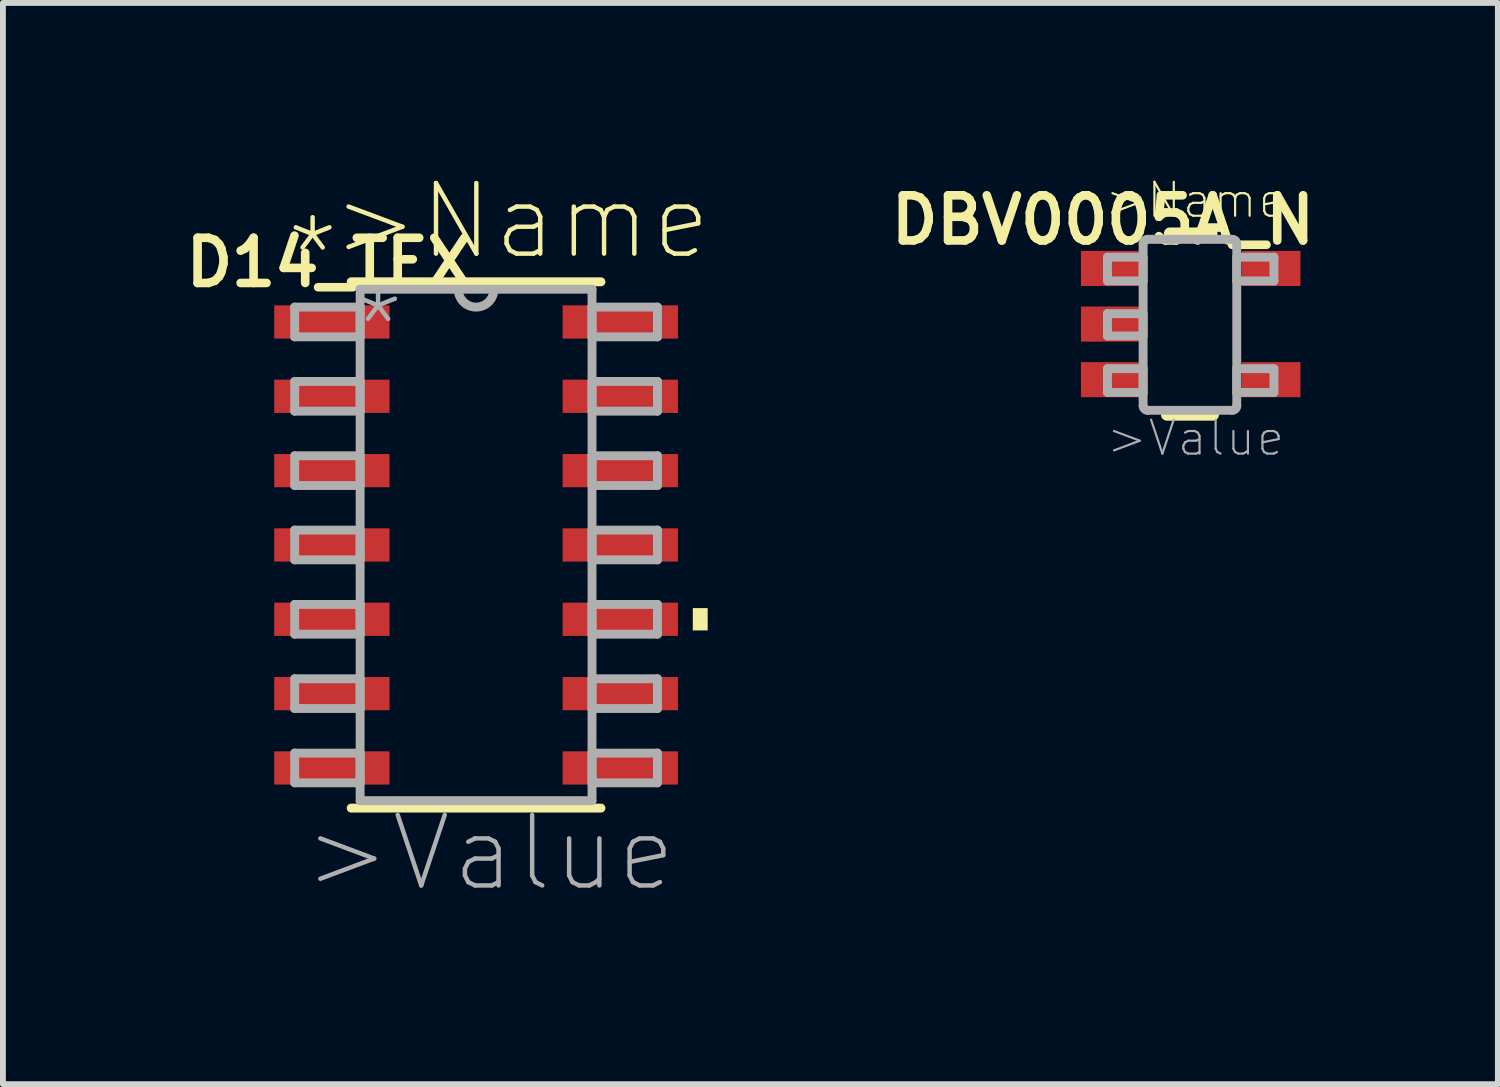
<source format=kicad_pcb>
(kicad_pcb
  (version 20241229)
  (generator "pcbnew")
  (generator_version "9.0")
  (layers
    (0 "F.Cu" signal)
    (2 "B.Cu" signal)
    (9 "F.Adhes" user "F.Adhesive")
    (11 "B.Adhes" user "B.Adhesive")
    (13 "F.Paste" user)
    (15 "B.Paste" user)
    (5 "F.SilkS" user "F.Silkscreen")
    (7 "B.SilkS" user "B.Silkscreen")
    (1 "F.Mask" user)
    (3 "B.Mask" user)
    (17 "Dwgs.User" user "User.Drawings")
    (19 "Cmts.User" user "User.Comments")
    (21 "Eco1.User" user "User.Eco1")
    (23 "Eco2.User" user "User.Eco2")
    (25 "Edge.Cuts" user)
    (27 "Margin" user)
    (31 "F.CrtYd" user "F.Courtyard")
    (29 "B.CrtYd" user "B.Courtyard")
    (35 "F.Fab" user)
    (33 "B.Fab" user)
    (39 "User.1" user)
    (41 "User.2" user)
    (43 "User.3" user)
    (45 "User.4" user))
  (footprint "D14_TEX"
    (layer "F.Cu")
    (at 5.084 6.261)
    (property "Reference" "D14_TEX" (at -2.515 -4.826 180) (layer "F.SilkS") (effects (font (size 0.772 0.772) (thickness 0.147))))
    (attr through_hole)
    (fp_line (start -2.134 4.496) (end 2.134 4.496) (stroke (width 0.152) (type solid)) (layer "F.SilkS"))
    (fp_line (start 2.134 -4.496) (end -2.134 -4.496) (stroke (width 0.152) (type solid)) (layer "F.SilkS"))
    (fp_poly (pts (xy 3.957 1.079) (xy 3.957 1.46) (xy 3.703 1.46) (xy 3.703 1.079)) (stroke (width 0) (type solid)) (fill yes) (layer "F.SilkS"))
    (fp_line (start -3.099 -4.064) (end -3.099 -3.556) (stroke (width 0.152) (type solid)) (layer "F.Fab"))
    (fp_line (start -3.099 -3.556) (end -1.981 -3.556) (stroke (width 0.152) (type solid)) (layer "F.Fab"))
    (fp_line (start -3.099 -2.794) (end -3.099 -2.286) (stroke (width 0.152) (type solid)) (layer "F.Fab"))
    (fp_line (start -3.099 -2.286) (end -1.981 -2.286) (stroke (width 0.152) (type solid)) (layer "F.Fab"))
    (fp_line (start -3.099 -1.524) (end -3.099 -1.016) (stroke (width 0.152) (type solid)) (layer "F.Fab"))
    (fp_line (start -3.099 -1.016) (end -1.981 -1.016) (stroke (width 0.152) (type solid)) (layer "F.Fab"))
    (fp_line (start -3.099 -0.254) (end -3.099 0.254) (stroke (width 0.152) (type solid)) (layer "F.Fab"))
    (fp_line (start -3.099 0.254) (end -1.981 0.254) (stroke (width 0.152) (type solid)) (layer "F.Fab"))
    (fp_line (start -3.099 1.016) (end -3.099 1.524) (stroke (width 0.152) (type solid)) (layer "F.Fab"))
    (fp_line (start -3.099 1.524) (end -1.981 1.524) (stroke (width 0.152) (type solid)) (layer "F.Fab"))
    (fp_line (start -3.099 2.286) (end -3.099 2.794) (stroke (width 0.152) (type solid)) (layer "F.Fab"))
    (fp_line (start -3.099 2.794) (end -1.981 2.794) (stroke (width 0.152) (type solid)) (layer "F.Fab"))
    (fp_line (start -3.099 3.556) (end -3.099 4.064) (stroke (width 0.152) (type solid)) (layer "F.Fab"))
    (fp_line (start -3.099 4.064) (end -1.981 4.064) (stroke (width 0.152) (type solid)) (layer "F.Fab"))
    (fp_line (start -1.981 -4.369) (end -1.981 4.369) (stroke (width 0.152) (type solid)) (layer "F.Fab"))
    (fp_line (start -1.981 -4.064) (end -3.099 -4.064) (stroke (width 0.152) (type solid)) (layer "F.Fab"))
    (fp_line (start -1.981 -3.556) (end -1.981 -4.064) (stroke (width 0.152) (type solid)) (layer "F.Fab"))
    (fp_line (start -1.981 -2.794) (end -3.099 -2.794) (stroke (width 0.152) (type solid)) (layer "F.Fab"))
    (fp_line (start -1.981 -2.286) (end -1.981 -2.794) (stroke (width 0.152) (type solid)) (layer "F.Fab"))
    (fp_line (start -1.981 -1.524) (end -3.099 -1.524) (stroke (width 0.152) (type solid)) (layer "F.Fab"))
    (fp_line (start -1.981 -1.016) (end -1.981 -1.524) (stroke (width 0.152) (type solid)) (layer "F.Fab"))
    (fp_line (start -1.981 -0.254) (end -3.099 -0.254) (stroke (width 0.152) (type solid)) (layer "F.Fab"))
    (fp_line (start -1.981 0.254) (end -1.981 -0.254) (stroke (width 0.152) (type solid)) (layer "F.Fab"))
    (fp_line (start -1.981 1.016) (end -3.099 1.016) (stroke (width 0.152) (type solid)) (layer "F.Fab"))
    (fp_line (start -1.981 1.524) (end -1.981 1.016) (stroke (width 0.152) (type solid)) (layer "F.Fab"))
    (fp_line (start -1.981 2.286) (end -3.099 2.286) (stroke (width 0.152) (type solid)) (layer "F.Fab"))
    (fp_line (start -1.981 2.794) (end -1.981 2.286) (stroke (width 0.152) (type solid)) (layer "F.Fab"))
    (fp_line (start -1.981 3.556) (end -3.099 3.556) (stroke (width 0.152) (type solid)) (layer "F.Fab"))
    (fp_line (start -1.981 4.064) (end -1.981 3.556) (stroke (width 0.152) (type solid)) (layer "F.Fab"))
    (fp_line (start -1.981 4.369) (end 1.981 4.369) (stroke (width 0.152) (type solid)) (layer "F.Fab"))
    (fp_line (start -0.305 -4.369) (end -1.981 -4.369) (stroke (width 0.152) (type solid)) (layer "F.Fab"))
    (fp_line (start 0.305 -4.369) (end -0.305 -4.369) (stroke (width 0.152) (type solid)) (layer "F.Fab"))
    (fp_line (start 1.981 -4.369) (end 0.305 -4.369) (stroke (width 0.152) (type solid)) (layer "F.Fab"))
    (fp_line (start 1.981 -4.064) (end 1.981 -3.556) (stroke (width 0.152) (type solid)) (layer "F.Fab"))
    (fp_line (start 1.981 -3.556) (end 3.099 -3.556) (stroke (width 0.152) (type solid)) (layer "F.Fab"))
    (fp_line (start 1.981 -2.794) (end 1.981 -2.286) (stroke (width 0.152) (type solid)) (layer "F.Fab"))
    (fp_line (start 1.981 -2.286) (end 3.099 -2.286) (stroke (width 0.152) (type solid)) (layer "F.Fab"))
    (fp_line (start 1.981 -1.524) (end 1.981 -1.016) (stroke (width 0.152) (type solid)) (layer "F.Fab"))
    (fp_line (start 1.981 -1.016) (end 3.099 -1.016) (stroke (width 0.152) (type solid)) (layer "F.Fab"))
    (fp_line (start 1.981 -0.254) (end 1.981 0.254) (stroke (width 0.152) (type solid)) (layer "F.Fab"))
    (fp_line (start 1.981 0.254) (end 3.099 0.254) (stroke (width 0.152) (type solid)) (layer "F.Fab"))
    (fp_line (start 1.981 1.016) (end 1.981 1.524) (stroke (width 0.152) (type solid)) (layer "F.Fab"))
    (fp_line (start 1.981 1.524) (end 3.099 1.524) (stroke (width 0.152) (type solid)) (layer "F.Fab"))
    (fp_line (start 1.981 2.286) (end 1.981 2.794) (stroke (width 0.152) (type solid)) (layer "F.Fab"))
    (fp_line (start 1.981 2.794) (end 3.099 2.794) (stroke (width 0.152) (type solid)) (layer "F.Fab"))
    (fp_line (start 1.981 3.556) (end 1.981 4.064) (stroke (width 0.152) (type solid)) (layer "F.Fab"))
    (fp_line (start 1.981 4.064) (end 3.099 4.064) (stroke (width 0.152) (type solid)) (layer "F.Fab"))
    (fp_line (start 1.981 4.369) (end 1.981 -4.369) (stroke (width 0.152) (type solid)) (layer "F.Fab"))
    (fp_line (start 3.099 -4.064) (end 1.981 -4.064) (stroke (width 0.152) (type solid)) (layer "F.Fab"))
    (fp_line (start 3.099 -3.556) (end 3.099 -4.064) (stroke (width 0.152) (type solid)) (layer "F.Fab"))
    (fp_line (start 3.099 -2.794) (end 1.981 -2.794) (stroke (width 0.152) (type solid)) (layer "F.Fab"))
    (fp_line (start 3.099 -2.286) (end 3.099 -2.794) (stroke (width 0.152) (type solid)) (layer "F.Fab"))
    (fp_line (start 3.099 -1.524) (end 1.981 -1.524) (stroke (width 0.152) (type solid)) (layer "F.Fab"))
    (fp_line (start 3.099 -1.016) (end 3.099 -1.524) (stroke (width 0.152) (type solid)) (layer "F.Fab"))
    (fp_line (start 3.099 -0.254) (end 1.981 -0.254) (stroke (width 0.152) (type solid)) (layer "F.Fab"))
    (fp_line (start 3.099 0.254) (end 3.099 -0.254) (stroke (width 0.152) (type solid)) (layer "F.Fab"))
    (fp_line (start 3.099 1.016) (end 1.981 1.016) (stroke (width 0.152) (type solid)) (layer "F.Fab"))
    (fp_line (start 3.099 1.524) (end 3.099 1.016) (stroke (width 0.152) (type solid)) (layer "F.Fab"))
    (fp_line (start 3.099 2.286) (end 1.981 2.286) (stroke (width 0.152) (type solid)) (layer "F.Fab"))
    (fp_line (start 3.099 2.794) (end 3.099 2.286) (stroke (width 0.152) (type solid)) (layer "F.Fab"))
    (fp_line (start 3.099 3.556) (end 1.981 3.556) (stroke (width 0.152) (type solid)) (layer "F.Fab"))
    (fp_line (start 3.099 4.064) (end 3.099 3.556) (stroke (width 0.152) (type solid)) (layer "F.Fab"))
    (fp_arc (start 0.3048 -4.3688) (mid 0 -4.064) (end -0.3048 -4.3688) (stroke (width 0.1524) (type solid)) (layer "F.Fab"))
    (fp_text user ">Name" (at -2.515 -4.826 0) (layer "F.SilkS") (effects (font (size 1.206 1.206) (thickness 0.076)) (justify left bottom)))
    (fp_text user "*" (at -3.302 -4.242 0) (layer "F.SilkS") (effects (font (size 1.206 1.206) (thickness 0.076)) (justify left bottom)))
    (fp_text user ">Value" (at -2.997 5.969 0) (layer "F.Fab") (effects (font (size 1.206 1.206) (thickness 0.076)) (justify left bottom)))
    (fp_text user "*" (at -2.184 -3.023 0) (layer "F.Fab") (effects (font (size 1.206 1.206) (thickness 0.076)) (justify left bottom)))
    (pad "1" smd rect (at -2.464 -3.81) (size 1.97 0.568) (layers "F.Cu" "F.Mask" "F.Paste"))
    (pad "2" smd rect (at -2.464 -2.54) (size 1.97 0.568) (layers "F.Cu" "F.Mask" "F.Paste"))
    (pad "3" smd rect (at -2.464 -1.27) (size 1.97 0.568) (layers "F.Cu" "F.Mask" "F.Paste"))
    (pad "4" smd rect (at -2.464 0) (size 1.97 0.568) (layers "F.Cu" "F.Mask" "F.Paste"))
    (pad "5" smd rect (at -2.464 1.27) (size 1.97 0.568) (layers "F.Cu" "F.Mask" "F.Paste"))
    (pad "6" smd rect (at -2.464 2.54) (size 1.97 0.568) (layers "F.Cu" "F.Mask" "F.Paste"))
    (pad "7" smd rect (at -2.464 3.81) (size 1.97 0.568) (layers "F.Cu" "F.Mask" "F.Paste"))
    (pad "8" smd rect (at 2.464 3.81) (size 1.97 0.568) (layers "F.Cu" "F.Mask" "F.Paste"))
    (pad "9" smd rect (at 2.464 2.54) (size 1.97 0.568) (layers "F.Cu" "F.Mask" "F.Paste"))
    (pad "10" smd rect (at 2.464 1.27) (size 1.97 0.568) (layers "F.Cu" "F.Mask" "F.Paste"))
    (pad "11" smd rect (at 2.464 0) (size 1.97 0.568) (layers "F.Cu" "F.Mask" "F.Paste"))
    (pad "12" smd rect (at 2.464 -1.27) (size 1.97 0.568) (layers "F.Cu" "F.Mask" "F.Paste"))
    (pad "13" smd rect (at 2.464 -2.54) (size 1.97 0.568) (layers "F.Cu" "F.Mask" "F.Paste"))
    (pad "14" smd rect (at 2.464 -3.81) (size 1.97 0.568) (layers "F.Cu" "F.Mask" "F.Paste")))
  (footprint "DBV0005A_N"
    (layer "F.Cu")
    (at 17.294 2.487)
    (property "Reference" "DBV0005A_N" (at -1.499 -1.778 0) (layer "F.SilkS") (effects (font (size 0.772 0.772) (thickness 0.147))))
    (attr through_hole)
    (fp_line (start -0.406 1.549) (end 0.381 1.549) (stroke (width 0.203) (type solid)) (layer "F.SilkS"))
    (fp_line (start -0.356 -1.549) (end 0.356 -1.549) (stroke (width 0.203) (type solid)) (layer "F.SilkS"))
    (fp_line (start -1.422 -1.143) (end -0.813 -1.143) (stroke (width 0.152) (type solid)) (layer "F.Fab"))
    (fp_line (start -1.422 -0.737) (end -1.422 -1.143) (stroke (width 0.152) (type solid)) (layer "F.Fab"))
    (fp_line (start -1.422 -0.737) (end -0.813 -0.737) (stroke (width 0.152) (type solid)) (layer "F.Fab"))
    (fp_line (start -1.422 -0.178) (end -0.813 -0.178) (stroke (width 0.152) (type solid)) (layer "F.Fab"))
    (fp_line (start -1.422 0.203) (end -1.422 -0.178) (stroke (width 0.152) (type solid)) (layer "F.Fab"))
    (fp_line (start -1.422 0.203) (end -0.813 0.203) (stroke (width 0.152) (type solid)) (layer "F.Fab"))
    (fp_line (start -1.422 0.762) (end -0.813 0.762) (stroke (width 0.152) (type solid)) (layer "F.Fab"))
    (fp_line (start -1.422 1.168) (end -1.422 0.762) (stroke (width 0.152) (type solid)) (layer "F.Fab"))
    (fp_line (start -1.422 1.168) (end -0.813 1.168) (stroke (width 0.152) (type solid)) (layer "F.Fab"))
    (fp_line (start -0.813 -0.737) (end -0.813 -1.143) (stroke (width 0.152) (type solid)) (layer "F.Fab"))
    (fp_line (start -0.813 0.203) (end -0.813 -0.178) (stroke (width 0.152) (type solid)) (layer "F.Fab"))
    (fp_line (start -0.813 1.168) (end -0.813 0.762) (stroke (width 0.152) (type solid)) (layer "F.Fab"))
    (fp_line (start -0.813 1.397) (end -0.813 -1.372) (stroke (width 0.152) (type solid)) (layer "F.Fab"))
    (fp_line (start -0.737 -1.448) (end 0.711 -1.448) (stroke (width 0.152) (type solid)) (layer "F.Fab"))
    (fp_line (start -0.737 1.473) (end 0.711 1.473) (stroke (width 0.152) (type solid)) (layer "F.Fab"))
    (fp_line (start 0.787 -1.143) (end 1.422 -1.143) (stroke (width 0.152) (type solid)) (layer "F.Fab"))
    (fp_line (start 0.787 -0.737) (end 0.787 -1.143) (stroke (width 0.152) (type solid)) (layer "F.Fab"))
    (fp_line (start 0.787 -0.737) (end 1.422 -0.737) (stroke (width 0.152) (type solid)) (layer "F.Fab"))
    (fp_line (start 0.787 0.762) (end 1.422 0.762) (stroke (width 0.152) (type solid)) (layer "F.Fab"))
    (fp_line (start 0.787 1.168) (end 0.787 0.762) (stroke (width 0.152) (type solid)) (layer "F.Fab"))
    (fp_line (start 0.787 1.168) (end 1.422 1.168) (stroke (width 0.152) (type solid)) (layer "F.Fab"))
    (fp_line (start 0.787 1.397) (end 0.787 -1.372) (stroke (width 0.152) (type solid)) (layer "F.Fab"))
    (fp_line (start 1.422 -0.737) (end 1.422 -1.143) (stroke (width 0.152) (type solid)) (layer "F.Fab"))
    (fp_line (start 1.422 1.168) (end 1.422 0.762) (stroke (width 0.152) (type solid)) (layer "F.Fab"))
    (fp_arc (start -0.8128 -1.3716) (mid -0.790093 -1.425094) (end -0.736599 -1.4478) (stroke (width 0.1524) (type solid)) (layer "F.Fab"))
    (fp_arc (start -0.7366 1.4732) (mid -0.790094 1.450493) (end -0.8128 1.396999) (stroke (width 0.1524) (type solid)) (layer "F.Fab"))
    (fp_arc (start 0.7112 -1.4478) (mid 0.764694 -1.425093) (end 0.7874 -1.371599) (stroke (width 0.1524) (type solid)) (layer "F.Fab"))
    (fp_arc (start 0.7874 1.397) (mid 0.764693 1.450494) (end 0.711199 1.4732) (stroke (width 0.1524) (type solid)) (layer "F.Fab"))
    (fp_text user ">Name" (at -1.499 -1.778 0) (layer "F.SilkS") (effects (font (size 0.579 0.579) (thickness 0.037)) (justify left bottom)))
    (fp_text user ">Value" (at -1.473 2.286 0) (layer "F.Fab") (effects (font (size 0.579 0.579) (thickness 0.037)) (justify left bottom)))
    (pad "1" smd rect (at -1.375 -0.95 90) (size 0.6 1) (layers "F.Cu" "F.Mask" "F.Paste"))
    (pad "2" smd rect (at -1.375 0 90) (size 0.6 1) (layers "F.Cu" "F.Mask" "F.Paste"))
    (pad "3" smd rect (at -1.375 0.95 90) (size 0.6 1) (layers "F.Cu" "F.Mask" "F.Paste"))
    (pad "4" smd rect (at 1.375 0.95 90) (size 0.6 1) (layers "F.Cu" "F.Mask" "F.Paste"))
    (pad "5" smd rect (at 1.375 -0.95 90) (size 0.6 1) (layers "F.Cu" "F.Mask" "F.Paste")))
  (gr_rect
    (start -3 -3)
    (end 22.542 15.474)
    (stroke (width 0.1) (type default))
    (fill no)
    (layer "Edge.Cuts")))
</source>
